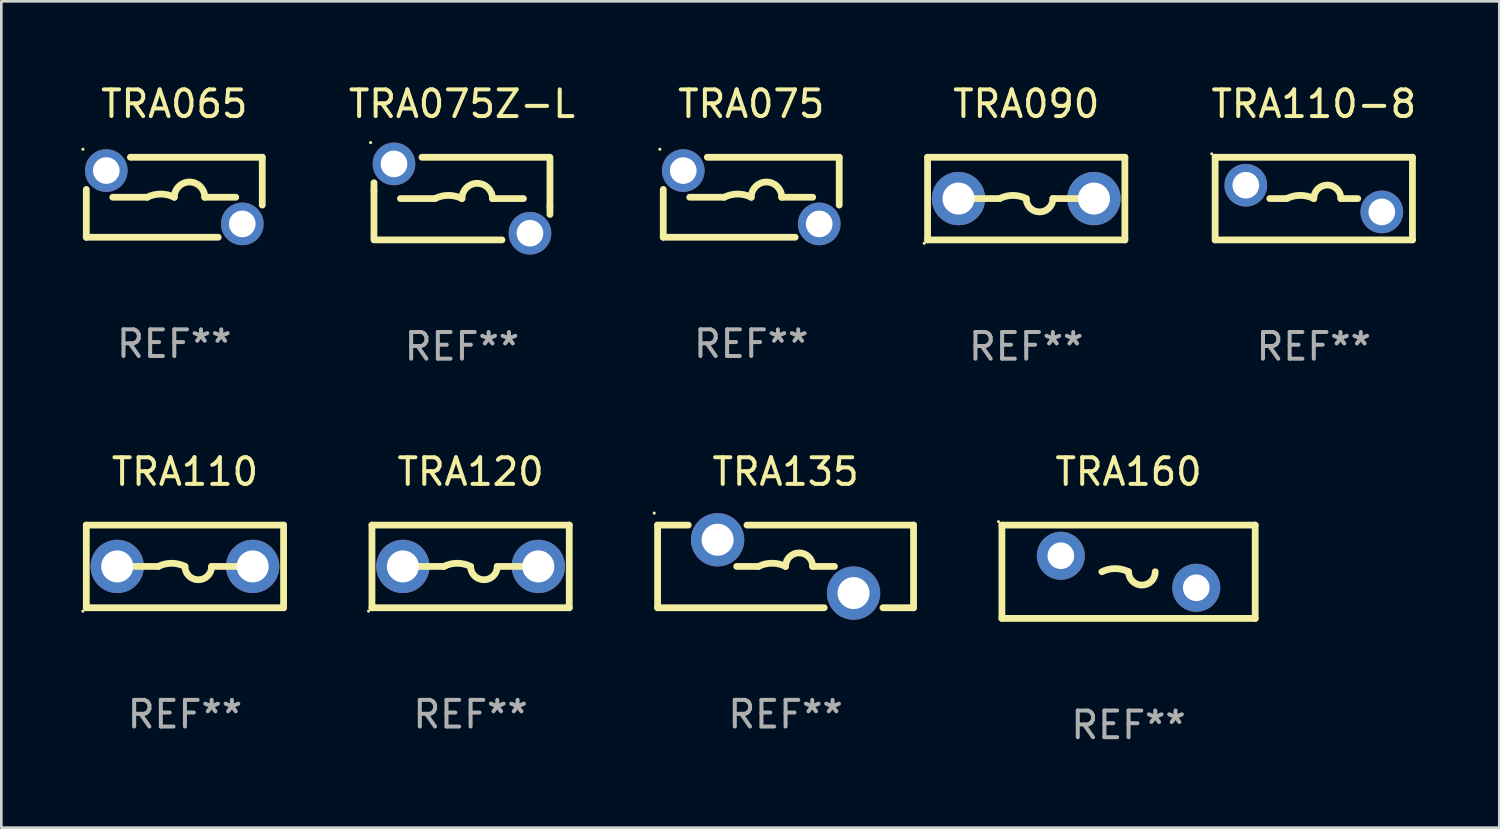
<source format=kicad_pcb>
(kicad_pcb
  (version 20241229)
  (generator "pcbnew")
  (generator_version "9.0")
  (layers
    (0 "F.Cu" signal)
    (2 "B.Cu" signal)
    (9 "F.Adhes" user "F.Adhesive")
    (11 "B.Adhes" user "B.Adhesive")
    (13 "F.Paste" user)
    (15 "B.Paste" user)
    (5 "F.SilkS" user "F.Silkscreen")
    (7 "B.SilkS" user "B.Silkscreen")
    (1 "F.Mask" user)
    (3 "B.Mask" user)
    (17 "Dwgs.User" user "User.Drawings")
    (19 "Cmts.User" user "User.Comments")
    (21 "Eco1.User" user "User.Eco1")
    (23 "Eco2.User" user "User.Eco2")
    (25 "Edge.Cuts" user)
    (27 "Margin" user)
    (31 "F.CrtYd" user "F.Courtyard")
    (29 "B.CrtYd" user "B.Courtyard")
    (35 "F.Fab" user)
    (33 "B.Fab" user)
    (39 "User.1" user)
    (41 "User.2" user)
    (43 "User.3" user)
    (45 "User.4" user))
  (footprint "TRA135"
    (layer "F.Cu")
    (at 26.415 18.195)
    (property "Reference" "TRA135" (at 0 -3.55 0) (layer "F.SilkS") (effects (font (size 1 1) (thickness 0.15))))
    (attr through_hole)
    (fp_line (start -4.8 -1.55) (end -3.651 -1.55) (stroke (width 0.254) (type solid)) (layer "F.SilkS"))
    (fp_line (start -4.8 1.55) (end -4.8 -1.55) (stroke (width 0.254) (type solid)) (layer "F.SilkS"))
    (fp_line (start -4.8 1.55) (end 1.449 1.55) (stroke (width 0.254) (type solid)) (layer "F.SilkS"))
    (fp_line (start -1.834 0) (end -1.016 0) (stroke (width 0.254) (type solid)) (layer "F.SilkS"))
    (fp_line (start -1.449 -1.55) (end 4.8 -1.55) (stroke (width 0.254) (type solid)) (layer "F.SilkS"))
    (fp_line (start 1.834 0) (end 1.016 0) (stroke (width 0.254) (type solid)) (layer "F.SilkS"))
    (fp_line (start 3.651 1.55) (end 4.8 1.55) (stroke (width 0.254) (type solid)) (layer "F.SilkS"))
    (fp_line (start 4.8 -1.55) (end 4.8 1.55) (stroke (width 0.254) (type solid)) (layer "F.SilkS"))
    (fp_arc (start -1.016002 0) (mid -0.508001 -0.119923) (end 0 0) (stroke (width 0.254001) (type solid)) (layer "F.SilkS"))
    (fp_arc (start 0 0) (mid 0.508001 -0.508001) (end 1.016002 0) (stroke (width 0.254001) (type solid)) (layer "F.SilkS"))
    (fp_circle (center -4.927 -2) (end -4.897 -2) (stroke (width 0.06) (type solid)) (fill no) (layer "F.SilkS"))
    (fp_text user "REF**" (at 0 5.55 0) (layer "F.Fab") (effects (font (size 1 1) (thickness 0.15))))
    (pad "1" thru_hole circle (at -2.55 -1) (size 2 2) (drill 1.2) (layers "*.Cu" "*.Mask"))
    (pad "2" thru_hole circle (at 2.55 1) (size 2 2) (drill 1.2) (layers "*.Cu" "*.Mask")))
  (footprint "TRA090"
    (layer "F.Cu")
    (at 35.441 4.398)
    (property "Reference" "TRA090" (at 0 -3.55 0) (layer "F.SilkS") (effects (font (size 1 1) (thickness 0.15))))
    (attr through_hole)
    (fp_line (start -3.7 -1.55) (end 3.7 -1.55) (stroke (width 0.254) (type solid)) (layer "F.SilkS"))
    (fp_line (start -3.7 1.55) (end -3.7 -1.55) (stroke (width 0.254) (type solid)) (layer "F.SilkS"))
    (fp_line (start -1 0) (end -2 0) (stroke (width 0.254) (type solid)) (layer "F.SilkS"))
    (fp_line (start 1 0) (end 2 0) (stroke (width 0.254) (type solid)) (layer "F.SilkS"))
    (fp_line (start 3.7 -1.55) (end 3.7 1.55) (stroke (width 0.254) (type solid)) (layer "F.SilkS"))
    (fp_line (start 3.7 1.55) (end -3.7 1.55) (stroke (width 0.254) (type solid)) (layer "F.SilkS"))
    (fp_arc (start -1.000762 0) (mid -0.500381 -0.118151) (end 0 0) (stroke (width 0.254001) (type solid)) (layer "F.SilkS"))
    (fp_arc (start 1.000762 0) (mid 0.500381 0.500127) (end 0 0) (stroke (width 0.254001) (type solid)) (layer "F.SilkS"))
    (fp_circle (center -3.827 1.677) (end -3.797 1.677) (stroke (width 0.06) (type solid)) (fill no) (layer "F.SilkS"))
    (fp_text user "REF**" (at 0 5.55 0) (layer "F.Fab") (effects (font (size 1 1) (thickness 0.15))))
    (pad "1" thru_hole circle (at -2.54 0) (size 2 2) (drill 1.2) (layers "*.Cu" "*.Mask"))
    (pad "2" thru_hole circle (at 2.54 0) (size 2 2) (drill 1.2) (layers "*.Cu" "*.Mask")))
  (footprint "TRA075"
    (layer "F.Cu")
    (at 25.127 4.348)
    (property "Reference" "TRA075" (at 0 -3.5 0) (layer "F.SilkS") (effects (font (size 1 1) (thickness 0.15))))
    (attr through_hole)
    (fp_line (start -3.3 1.5) (end -3.3 -0.294) (stroke (width 0.254) (type solid)) (layer "F.SilkS"))
    (fp_line (start -2.307 0) (end -1.016 0) (stroke (width 0.254) (type solid)) (layer "F.SilkS"))
    (fp_line (start -1.648 -1.5) (end 3.3 -1.5) (stroke (width 0.254) (type solid)) (layer "F.SilkS"))
    (fp_line (start 1.648 1.5) (end -3.3 1.5) (stroke (width 0.254) (type solid)) (layer "F.SilkS"))
    (fp_line (start 2.306 0) (end 1.143 0) (stroke (width 0.254) (type solid)) (layer "F.SilkS"))
    (fp_line (start 3.3 -1.5) (end 3.3 0.294) (stroke (width 0.254) (type solid)) (layer "F.SilkS"))
    (fp_arc (start -1.016015 0) (mid -0.508014 -0.119923) (end -0.000013 0) (stroke (width 0.254001) (type solid)) (layer "F.SilkS"))
    (fp_arc (start -0.000266 0.000508) (mid 0.571108 -0.57112) (end 1.14299 0) (stroke (width 0.254001) (type solid)) (layer "F.SilkS"))
    (fp_circle (center -3.427 -1.8) (end -3.397 -1.8) (stroke (width 0.06) (type solid)) (fill no) (layer "F.SilkS"))
    (fp_text user "REF**" (at 0 5.5 0) (layer "F.Fab") (effects (font (size 1 1) (thickness 0.15))))
    (pad "1" thru_hole circle (at -2.55 -1) (size 1.6 1.6) (drill 1) (layers "*.Cu" "*.Mask"))
    (pad "2" thru_hole circle (at 2.55 1) (size 1.6 1.6) (drill 1) (layers "*.Cu" "*.Mask")))
  (footprint "TRA160"
    (layer "F.Cu")
    (at 39.279 18.395)
    (property "Reference" "TRA160" (at 0 -3.75 0) (layer "F.SilkS") (effects (font (size 1 1) (thickness 0.15))))
    (attr through_hole)
    (fp_line (start -4.75 -1.75) (end -4.75 1.75) (stroke (width 0.254) (type solid)) (layer "F.SilkS"))
    (fp_line (start -4.75 -1.75) (end 4.75 -1.75) (stroke (width 0.254) (type solid)) (layer "F.SilkS"))
    (fp_line (start 4.75 -1.75) (end 4.75 1.75) (stroke (width 0.254) (type solid)) (layer "F.SilkS"))
    (fp_line (start 4.75 1.75) (end -4.75 1.75) (stroke (width 0.254) (type solid)) (layer "F.SilkS"))
    (fp_arc (start -1 -0.000013) (mid -0.5 -0.118034) (end 0 -0.000013) (stroke (width 0.254001) (type solid)) (layer "F.SilkS"))
    (fp_arc (start 1.000762 -0.000013) (mid 0.500381 0.500114) (end 0 -0.000013) (stroke (width 0.254001) (type solid)) (layer "F.SilkS"))
    (fp_circle (center -4.877 -1.877) (end -4.847 -1.877) (stroke (width 0.06) (type solid)) (fill no) (layer "F.SilkS"))
    (fp_text user "REF**" (at 0 5.75 0) (layer "F.Fab") (effects (font (size 1 1) (thickness 0.15))))
    (pad "1" thru_hole circle (at -2.54 -0.6) (size 1.8 1.8) (drill 1) (layers "*.Cu" "*.Mask"))
    (pad "2" thru_hole circle (at 2.54 0.6) (size 1.8 1.8) (drill 1) (layers "*.Cu" "*.Mask")))
  (footprint "TRA120"
    (layer "F.Cu")
    (at 14.601 18.195)
    (property "Reference" "TRA120" (at 0 -3.55 0) (layer "F.SilkS") (effects (font (size 1 1) (thickness 0.15))))
    (attr through_hole)
    (fp_line (start -3.7 -1.55) (end 3.7 -1.55) (stroke (width 0.254) (type solid)) (layer "F.SilkS"))
    (fp_line (start -3.7 1.55) (end -3.7 -1.55) (stroke (width 0.254) (type solid)) (layer "F.SilkS"))
    (fp_line (start -1 0) (end -2 0) (stroke (width 0.254) (type solid)) (layer "F.SilkS"))
    (fp_line (start 1 0) (end 2 0) (stroke (width 0.254) (type solid)) (layer "F.SilkS"))
    (fp_line (start 3.7 -1.55) (end 3.7 1.55) (stroke (width 0.254) (type solid)) (layer "F.SilkS"))
    (fp_line (start 3.7 1.55) (end -3.7 1.55) (stroke (width 0.254) (type solid)) (layer "F.SilkS"))
    (fp_arc (start -1.000762 0) (mid -0.500381 -0.118151) (end 0 0) (stroke (width 0.254001) (type solid)) (layer "F.SilkS"))
    (fp_arc (start 1.000762 0) (mid 0.500381 0.500127) (end 0 0) (stroke (width 0.254001) (type solid)) (layer "F.SilkS"))
    (fp_circle (center -3.827 1.677) (end -3.797 1.677) (stroke (width 0.06) (type solid)) (fill no) (layer "F.SilkS"))
    (fp_text user "REF**" (at 0 5.55 0) (layer "F.Fab") (effects (font (size 1 1) (thickness 0.15))))
    (pad "1" thru_hole circle (at -2.54 0) (size 2 2) (drill 1.2) (layers "*.Cu" "*.Mask"))
    (pad "2" thru_hole circle (at 2.54 0) (size 2 2) (drill 1.2) (layers "*.Cu" "*.Mask")))
  (footprint "TRA110-8"
    (layer "F.Cu")
    (at 46.227 4.398)
    (property "Reference" "TRA110-8" (at 0 -3.55 0) (layer "F.SilkS") (effects (font (size 1 1) (thickness 0.15))))
    (attr through_hole)
    (fp_line (start -3.7 -1.55) (end 3.7 -1.55) (stroke (width 0.254) (type solid)) (layer "F.SilkS"))
    (fp_line (start -3.7 1.55) (end -3.7 -1.55) (stroke (width 0.254) (type solid)) (layer "F.SilkS"))
    (fp_line (start -1.649 0) (end -1.016 0) (stroke (width 0.254) (type solid)) (layer "F.SilkS"))
    (fp_line (start 1.649 0) (end 1.016 0) (stroke (width 0.254) (type solid)) (layer "F.SilkS"))
    (fp_line (start 3.7 -1.55) (end 3.7 1.55) (stroke (width 0.254) (type solid)) (layer "F.SilkS"))
    (fp_line (start 3.7 1.55) (end -3.7 1.55) (stroke (width 0.254) (type solid)) (layer "F.SilkS"))
    (fp_arc (start -1.016002 0) (mid -0.508001 -0.119923) (end 0 0) (stroke (width 0.254001) (type solid)) (layer "F.SilkS"))
    (fp_arc (start 0 0) (mid 0.508001 -0.508001) (end 1.016002 0) (stroke (width 0.254001) (type solid)) (layer "F.SilkS"))
    (fp_circle (center -3.827 -1.677) (end -3.797 -1.677) (stroke (width 0.06) (type solid)) (fill no) (layer "F.SilkS"))
    (fp_text user "REF**" (at 0 5.55 0) (layer "F.Fab") (effects (font (size 1 1) (thickness 0.15))))
    (pad "1" thru_hole circle (at -2.55 -0.5) (size 1.6 1.6) (drill 1) (layers "*.Cu" "*.Mask"))
    (pad "2" thru_hole circle (at 2.55 0.5) (size 1.6 1.6) (drill 1) (layers "*.Cu" "*.Mask")))
  (footprint "TRA075Z-L"
    (layer "F.Cu")
    (at 14.277 4.398)
    (property "Reference" "TRA075Z-L" (at 0 -3.55 0) (layer "F.SilkS") (effects (font (size 1 1) (thickness 0.15))))
    (attr through_hole)
    (fp_line (start -3.3 -0.294) (end -3.3 -0.594) (stroke (width 0.254) (type solid)) (layer "F.SilkS"))
    (fp_line (start -3.3 1.5) (end -3.3 -0.294) (stroke (width 0.254) (type solid)) (layer "F.SilkS"))
    (fp_line (start -2.307 0) (end -1.016 0) (stroke (width 0.254) (type solid)) (layer "F.SilkS"))
    (fp_line (start -1.5 -1.55) (end 3.3 -1.55) (stroke (width 0.254) (type solid)) (layer "F.SilkS"))
    (fp_line (start 1.5 1.55) (end -3.3 1.55) (stroke (width 0.254) (type solid)) (layer "F.SilkS"))
    (fp_line (start 2.306 0) (end 1.143 0) (stroke (width 0.254) (type solid)) (layer "F.SilkS"))
    (fp_line (start 3.3 -1.5) (end 3.3 0.294) (stroke (width 0.254) (type solid)) (layer "F.SilkS"))
    (fp_line (start 3.3 0.294) (end 3.3 0.594) (stroke (width 0.254) (type solid)) (layer "F.SilkS"))
    (fp_arc (start -1.016015 0) (mid -0.508014 -0.119923) (end -0.000013 0) (stroke (width 0.254001) (type solid)) (layer "F.SilkS"))
    (fp_arc (start -0.000266 0.000508) (mid 0.571108 -0.57112) (end 1.14299 0) (stroke (width 0.254001) (type solid)) (layer "F.SilkS"))
    (fp_circle (center -3.427 -2.1) (end -3.397 -2.1) (stroke (width 0.06) (type solid)) (fill no) (layer "F.SilkS"))
    (fp_text user "REF**" (at 0 5.55 0) (layer "F.Fab") (effects (font (size 1 1) (thickness 0.15))))
    (pad "1" thru_hole circle (at -2.55 -1.3) (size 1.6 1.6) (drill 1) (layers "*.Cu" "*.Mask"))
    (pad "2" thru_hole circle (at 2.55 1.3) (size 1.6 1.6) (drill 1) (layers "*.Cu" "*.Mask")))
  (footprint "TRA110"
    (layer "F.Cu")
    (at 3.887 18.195)
    (property "Reference" "TRA110" (at 0 -3.55 0) (layer "F.SilkS") (effects (font (size 1 1) (thickness 0.15))))
    (attr through_hole)
    (fp_line (start -3.7 -1.55) (end 3.7 -1.55) (stroke (width 0.254) (type solid)) (layer "F.SilkS"))
    (fp_line (start -3.7 1.55) (end -3.7 -1.55) (stroke (width 0.254) (type solid)) (layer "F.SilkS"))
    (fp_line (start -1 0) (end -2 0) (stroke (width 0.254) (type solid)) (layer "F.SilkS"))
    (fp_line (start 1 0) (end 2 0) (stroke (width 0.254) (type solid)) (layer "F.SilkS"))
    (fp_line (start 3.7 -1.55) (end 3.7 1.55) (stroke (width 0.254) (type solid)) (layer "F.SilkS"))
    (fp_line (start 3.7 1.55) (end -3.7 1.55) (stroke (width 0.254) (type solid)) (layer "F.SilkS"))
    (fp_arc (start -1.000762 0) (mid -0.500381 -0.118151) (end 0 0) (stroke (width 0.254001) (type solid)) (layer "F.SilkS"))
    (fp_arc (start 1.000762 0) (mid 0.500381 0.500127) (end 0 0) (stroke (width 0.254001) (type solid)) (layer "F.SilkS"))
    (fp_circle (center -3.827 1.677) (end -3.797 1.677) (stroke (width 0.06) (type solid)) (fill no) (layer "F.SilkS"))
    (fp_text user "REF**" (at 0 5.55 0) (layer "F.Fab") (effects (font (size 1 1) (thickness 0.15))))
    (pad "1" thru_hole circle (at -2.54 0) (size 2 2) (drill 1.2) (layers "*.Cu" "*.Mask"))
    (pad "2" thru_hole circle (at 2.54 0) (size 2 2) (drill 1.2) (layers "*.Cu" "*.Mask")))
  (footprint "TRA065"
    (layer "F.Cu")
    (at 3.487 4.348)
    (property "Reference" "TRA065" (at 0 -3.5 0) (layer "F.SilkS") (effects (font (size 1 1) (thickness 0.15))))
    (attr through_hole)
    (fp_line (start -3.3 1.5) (end -3.3 -0.294) (stroke (width 0.254) (type solid)) (layer "F.SilkS"))
    (fp_line (start -2.307 0) (end -1.016 0) (stroke (width 0.254) (type solid)) (layer "F.SilkS"))
    (fp_line (start -1.648 -1.5) (end 3.3 -1.5) (stroke (width 0.254) (type solid)) (layer "F.SilkS"))
    (fp_line (start 1.648 1.5) (end -3.3 1.5) (stroke (width 0.254) (type solid)) (layer "F.SilkS"))
    (fp_line (start 2.306 0) (end 1.143 0) (stroke (width 0.254) (type solid)) (layer "F.SilkS"))
    (fp_line (start 3.3 -1.5) (end 3.3 0.294) (stroke (width 0.254) (type solid)) (layer "F.SilkS"))
    (fp_arc (start -1.016015 0) (mid -0.508014 -0.119923) (end -0.000013 0) (stroke (width 0.254001) (type solid)) (layer "F.SilkS"))
    (fp_arc (start -0.000266 0.000508) (mid 0.571108 -0.57112) (end 1.14299 0) (stroke (width 0.254001) (type solid)) (layer "F.SilkS"))
    (fp_circle (center -3.427 -1.8) (end -3.397 -1.8) (stroke (width 0.06) (type solid)) (fill no) (layer "F.SilkS"))
    (fp_text user "REF**" (at 0 5.5 0) (layer "F.Fab") (effects (font (size 1 1) (thickness 0.15))))
    (pad "1" thru_hole circle (at -2.55 -1) (size 1.6 1.6) (drill 1) (layers "*.Cu" "*.Mask"))
    (pad "2" thru_hole circle (at 2.55 1) (size 1.6 1.6) (drill 1) (layers "*.Cu" "*.Mask")))
  (gr_rect
    (start -3 -3)
    (end 53.185 27.993)
    (stroke (width 0.1) (type default))
    (fill no)
    (layer "Edge.Cuts")))
</source>
